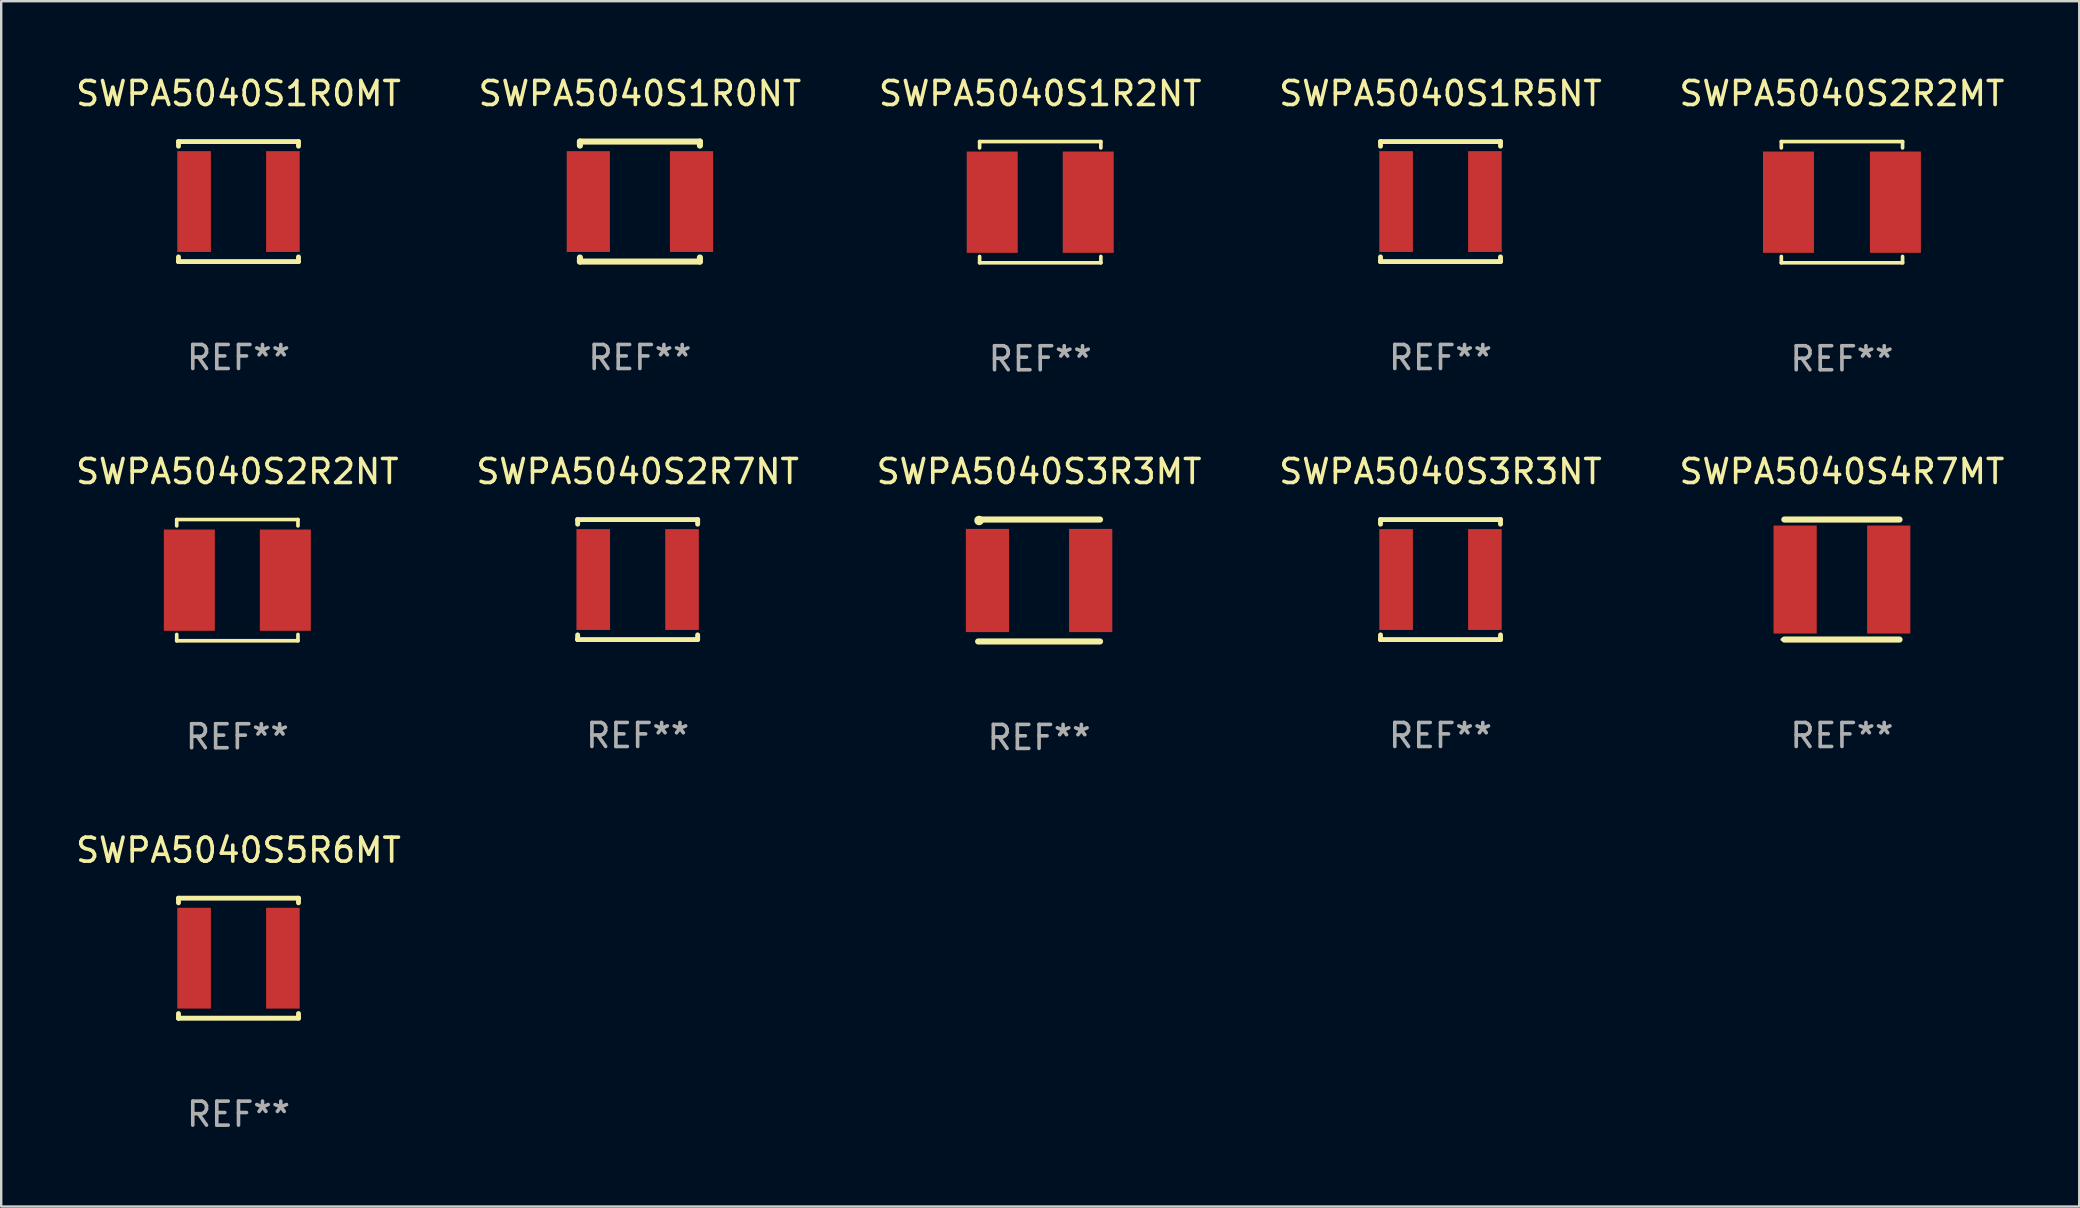
<source format=kicad_pcb>
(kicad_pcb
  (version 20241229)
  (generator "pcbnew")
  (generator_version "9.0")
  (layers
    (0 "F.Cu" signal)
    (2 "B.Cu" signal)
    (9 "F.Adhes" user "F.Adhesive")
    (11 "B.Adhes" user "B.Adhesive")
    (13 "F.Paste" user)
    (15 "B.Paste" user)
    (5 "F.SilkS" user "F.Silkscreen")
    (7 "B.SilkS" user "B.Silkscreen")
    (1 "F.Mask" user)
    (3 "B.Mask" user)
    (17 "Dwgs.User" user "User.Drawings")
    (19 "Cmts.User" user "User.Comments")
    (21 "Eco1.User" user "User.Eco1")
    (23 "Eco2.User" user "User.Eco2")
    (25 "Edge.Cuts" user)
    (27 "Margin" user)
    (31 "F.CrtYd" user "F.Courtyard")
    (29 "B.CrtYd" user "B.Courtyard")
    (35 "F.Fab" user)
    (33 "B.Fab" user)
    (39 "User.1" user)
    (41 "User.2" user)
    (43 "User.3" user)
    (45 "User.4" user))
  (footprint "SWPA5040S1R5NT"
    (layer "F.Cu")
    (at 56.97 5.348)
    (property "Reference" "SWPA5040S1R5NT" (at 0 -4.5 0) (layer "F.SilkS") (effects (font (size 1 1) (thickness 0.15))))
    (attr through_hole)
    (fp_line (start -2.5 -2.5) (end -2.5 -2.306) (stroke (width 0.203) (type solid)) (layer "F.SilkS"))
    (fp_line (start -2.5 -2.5) (end 2.5 -2.5) (stroke (width 0.203) (type solid)) (layer "F.SilkS"))
    (fp_line (start -2.5 2.306) (end -2.5 2.5) (stroke (width 0.203) (type solid)) (layer "F.SilkS"))
    (fp_line (start -2.5 2.5) (end 2.5 2.5) (stroke (width 0.203) (type solid)) (layer "F.SilkS"))
    (fp_line (start 2.5 -2.306) (end 2.5 -2.5) (stroke (width 0.203) (type solid)) (layer "F.SilkS"))
    (fp_line (start 2.5 2.5) (end 2.5 2.306) (stroke (width 0.203) (type solid)) (layer "F.SilkS"))
    (fp_circle (center -2.5 2.5) (end -2.45 2.5) (stroke (width 0.1) (type solid)) (fill no) (layer "F.SilkS"))
    (fp_text user "REF**" (at 0 6.5 0) (layer "F.Fab") (effects (font (size 1 1) (thickness 0.15))))
    (pad "1" smd rect (at -1.85 0) (size 1.4 4.2) (layers "F.Cu" "F.Mask" "F.Paste"))
    (pad "2" smd rect (at 1.85 0) (size 1.4 4.2) (layers "F.Cu" "F.Mask" "F.Paste")))
  (footprint "SWPA5040S2R7NT"
    (layer "F.Cu")
    (at 23.518 21.097)
    (property "Reference" "SWPA5040S2R7NT" (at 0 -4.5 0) (layer "F.SilkS") (effects (font (size 1 1) (thickness 0.15))))
    (attr through_hole)
    (fp_line (start -2.5 -2.5) (end -2.5 -2.306) (stroke (width 0.203) (type solid)) (layer "F.SilkS"))
    (fp_line (start -2.5 -2.5) (end 2.5 -2.5) (stroke (width 0.203) (type solid)) (layer "F.SilkS"))
    (fp_line (start -2.5 2.306) (end -2.5 2.5) (stroke (width 0.203) (type solid)) (layer "F.SilkS"))
    (fp_line (start -2.5 2.5) (end 2.5 2.5) (stroke (width 0.203) (type solid)) (layer "F.SilkS"))
    (fp_line (start 2.5 -2.306) (end 2.5 -2.5) (stroke (width 0.203) (type solid)) (layer "F.SilkS"))
    (fp_line (start 2.5 2.5) (end 2.5 2.306) (stroke (width 0.203) (type solid)) (layer "F.SilkS"))
    (fp_circle (center -2.5 2.5) (end -2.45 2.5) (stroke (width 0.1) (type solid)) (fill no) (layer "F.SilkS"))
    (fp_text user "REF**" (at 0 6.5 0) (layer "F.Fab") (effects (font (size 1 1) (thickness 0.15))))
    (pad "1" smd rect (at -1.85 0) (size 1.4 4.2) (layers "F.Cu" "F.Mask" "F.Paste"))
    (pad "2" smd rect (at 1.85 0) (size 1.4 4.2) (layers "F.Cu" "F.Mask" "F.Paste")))
  (footprint "SWPA5040S2R2NT"
    (layer "F.Cu")
    (at 6.839 21.123)
    (property "Reference" "SWPA5040S2R2NT" (at 0 -4.526 0) (layer "F.SilkS") (effects (font (size 1 1) (thickness 0.15))))
    (attr through_hole)
    (fp_line (start -2.526 -2.526) (end 2.526 -2.526) (stroke (width 0.152) (type solid)) (layer "F.SilkS"))
    (fp_line (start -2.526 -2.262) (end -2.526 -2.526) (stroke (width 0.152) (type solid)) (layer "F.SilkS"))
    (fp_line (start -2.526 2.262) (end -2.526 2.526) (stroke (width 0.152) (type solid)) (layer "F.SilkS"))
    (fp_line (start -2.526 2.526) (end 2.526 2.526) (stroke (width 0.152) (type solid)) (layer "F.SilkS"))
    (fp_line (start 2.526 -2.526) (end 2.526 -2.262) (stroke (width 0.152) (type solid)) (layer "F.SilkS"))
    (fp_line (start 2.526 2.526) (end 2.526 2.262) (stroke (width 0.152) (type solid)) (layer "F.SilkS"))
    (fp_circle (center 2.5 -2.5) (end 2.53 -2.5) (stroke (width 0.06) (type solid)) (fill no) (layer "F.SilkS"))
    (fp_text user "REF**" (at 0 6.526 0) (layer "F.Fab") (effects (font (size 1 1) (thickness 0.15))))
    (pad "1" smd rect (at 2 0) (size 2.124 4.22) (layers "F.Cu" "F.Mask" "F.Paste"))
    (pad "2" smd rect (at -2 0) (size 2.124 4.22) (layers "F.Cu" "F.Mask" "F.Paste")))
  (footprint "SWPA5040S1R0NT"
    (layer "F.Cu")
    (at 23.613 5.348)
    (property "Reference" "SWPA5040S1R0NT" (at 0 -4.5 0) (layer "F.SilkS") (effects (font (size 1 1) (thickness 0.15))))
    (attr through_hole)
    (fp_line (start -2.5 -2.5) (end -2.5 -2.331) (stroke (width 0.254) (type solid)) (layer "F.SilkS"))
    (fp_line (start -2.5 -2.5) (end 2.5 -2.5) (stroke (width 0.254) (type solid)) (layer "F.SilkS"))
    (fp_line (start -2.5 2.331) (end -2.5 2.5) (stroke (width 0.254) (type solid)) (layer "F.SilkS"))
    (fp_line (start -2.5 2.5) (end 2.5 2.5) (stroke (width 0.254) (type solid)) (layer "F.SilkS"))
    (fp_line (start 2.5 -2.331) (end 2.5 -2.5) (stroke (width 0.254) (type solid)) (layer "F.SilkS"))
    (fp_line (start 2.5 2.5) (end 2.5 2.331) (stroke (width 0.254) (type solid)) (layer "F.SilkS"))
    (fp_circle (center -2.5 2.5) (end -2.47 2.5) (stroke (width 0.06) (type solid)) (fill no) (layer "F.SilkS"))
    (fp_text user "REF**" (at 0 6.5 0) (layer "F.Fab") (effects (font (size 1 1) (thickness 0.15))))
    (pad "1" smd rect (at -2.15 0) (size 1.8 4.2) (layers "F.Cu" "F.Mask" "F.Paste"))
    (pad "2" smd rect (at 2.15 0) (size 1.8 4.2) (layers "F.Cu" "F.Mask" "F.Paste")))
  (footprint "SWPA5040S3R3NT"
    (layer "F.Cu")
    (at 56.97 21.097)
    (property "Reference" "SWPA5040S3R3NT" (at 0 -4.5 0) (layer "F.SilkS") (effects (font (size 1 1) (thickness 0.15))))
    (attr through_hole)
    (fp_line (start -2.5 -2.5) (end -2.5 -2.306) (stroke (width 0.203) (type solid)) (layer "F.SilkS"))
    (fp_line (start -2.5 -2.5) (end 2.5 -2.5) (stroke (width 0.203) (type solid)) (layer "F.SilkS"))
    (fp_line (start -2.5 2.306) (end -2.5 2.5) (stroke (width 0.203) (type solid)) (layer "F.SilkS"))
    (fp_line (start -2.5 2.5) (end 2.5 2.5) (stroke (width 0.203) (type solid)) (layer "F.SilkS"))
    (fp_line (start 2.5 -2.306) (end 2.5 -2.5) (stroke (width 0.203) (type solid)) (layer "F.SilkS"))
    (fp_line (start 2.5 2.5) (end 2.5 2.306) (stroke (width 0.203) (type solid)) (layer "F.SilkS"))
    (fp_circle (center -2.5 2.5) (end -2.45 2.5) (stroke (width 0.1) (type solid)) (fill no) (layer "F.SilkS"))
    (fp_text user "REF**" (at 0 6.5 0) (layer "F.Fab") (effects (font (size 1 1) (thickness 0.15))))
    (pad "1" smd rect (at -1.85 0) (size 1.4 4.2) (layers "F.Cu" "F.Mask" "F.Paste"))
    (pad "2" smd rect (at 1.85 0) (size 1.4 4.2) (layers "F.Cu" "F.Mask" "F.Paste")))
  (footprint "SWPA5040S4R7MT"
    (layer "F.Cu")
    (at 73.696 21.097)
    (property "Reference" "SWPA5040S4R7MT" (at 0 -4.5 0) (layer "F.SilkS") (effects (font (size 1 1) (thickness 0.15))))
    (attr through_hole)
    (fp_line (start -2.4 -2.5) (end 2.4 -2.5) (stroke (width 0.254) (type solid)) (layer "F.SilkS"))
    (fp_line (start -2.4 2.5) (end 2.4 2.5) (stroke (width 0.254) (type solid)) (layer "F.SilkS"))
    (fp_circle (center -2.505 2.5) (end -2.475 2.5) (stroke (width 0.06) (type solid)) (fill no) (layer "F.SilkS"))
    (fp_text user "REF**" (at 0 6.5 0) (layer "F.Fab") (effects (font (size 1 1) (thickness 0.15))))
    (pad "1" smd rect (at -1.95 0) (size 1.8 4.5) (layers "F.Cu" "F.Mask" "F.Paste"))
    (pad "2" smd rect (at 1.95 0) (size 1.8 4.5) (layers "F.Cu" "F.Mask" "F.Paste")))
  (footprint "SWPA5040S5R6MT"
    (layer "F.Cu")
    (at 6.887 36.874)
    (property "Reference" "SWPA5040S5R6MT" (at 0 -4.5 0) (layer "F.SilkS") (effects (font (size 1 1) (thickness 0.15))))
    (attr through_hole)
    (fp_line (start -2.5 -2.5) (end -2.5 -2.306) (stroke (width 0.203) (type solid)) (layer "F.SilkS"))
    (fp_line (start -2.5 -2.5) (end 2.5 -2.5) (stroke (width 0.203) (type solid)) (layer "F.SilkS"))
    (fp_line (start -2.5 2.306) (end -2.5 2.5) (stroke (width 0.203) (type solid)) (layer "F.SilkS"))
    (fp_line (start -2.5 2.5) (end 2.5 2.5) (stroke (width 0.203) (type solid)) (layer "F.SilkS"))
    (fp_line (start 2.5 -2.306) (end 2.5 -2.5) (stroke (width 0.203) (type solid)) (layer "F.SilkS"))
    (fp_line (start 2.5 2.5) (end 2.5 2.306) (stroke (width 0.203) (type solid)) (layer "F.SilkS"))
    (fp_circle (center -2.5 2.5) (end -2.45 2.5) (stroke (width 0.1) (type solid)) (fill no) (layer "F.SilkS"))
    (fp_text user "REF**" (at 0 6.5 0) (layer "F.Fab") (effects (font (size 1 1) (thickness 0.15))))
    (pad "1" smd rect (at -1.85 0) (size 1.4 4.2) (layers "F.Cu" "F.Mask" "F.Paste"))
    (pad "2" smd rect (at 1.85 0) (size 1.4 4.2) (layers "F.Cu" "F.Mask" "F.Paste")))
  (footprint "SWPA5040S1R0MT"
    (layer "F.Cu")
    (at 6.887 5.348)
    (property "Reference" "SWPA5040S1R0MT" (at 0 -4.5 0) (layer "F.SilkS") (effects (font (size 1 1) (thickness 0.15))))
    (attr through_hole)
    (fp_line (start -2.5 -2.5) (end -2.5 -2.306) (stroke (width 0.203) (type solid)) (layer "F.SilkS"))
    (fp_line (start -2.5 -2.5) (end 2.5 -2.5) (stroke (width 0.203) (type solid)) (layer "F.SilkS"))
    (fp_line (start -2.5 2.306) (end -2.5 2.5) (stroke (width 0.203) (type solid)) (layer "F.SilkS"))
    (fp_line (start -2.5 2.5) (end 2.5 2.5) (stroke (width 0.203) (type solid)) (layer "F.SilkS"))
    (fp_line (start 2.5 -2.306) (end 2.5 -2.5) (stroke (width 0.203) (type solid)) (layer "F.SilkS"))
    (fp_line (start 2.5 2.5) (end 2.5 2.306) (stroke (width 0.203) (type solid)) (layer "F.SilkS"))
    (fp_circle (center -2.5 2.5) (end -2.45 2.5) (stroke (width 0.1) (type solid)) (fill no) (layer "F.SilkS"))
    (fp_text user "REF**" (at 0 6.5 0) (layer "F.Fab") (effects (font (size 1 1) (thickness 0.15))))
    (pad "1" smd rect (at -1.85 0) (size 1.4 4.2) (layers "F.Cu" "F.Mask" "F.Paste"))
    (pad "2" smd rect (at 1.85 0) (size 1.4 4.2) (layers "F.Cu" "F.Mask" "F.Paste")))
  (footprint "SWPA5040S3R3MT"
    (layer "F.Cu")
    (at 40.244 21.137)
    (property "Reference" "SWPA5040S3R3MT" (at 0 -4.54 0) (layer "F.SilkS") (effects (font (size 1 1) (thickness 0.15))))
    (attr through_hole)
    (fp_line (start -2.54 -2.54) (end 2.54 -2.54) (stroke (width 0.254) (type solid)) (layer "F.SilkS"))
    (fp_line (start 2.54 2.54) (end -2.54 2.54) (stroke (width 0.254) (type solid)) (layer "F.SilkS"))
    (fp_circle (center -2.5 -2.5) (end -2.4 -2.5) (stroke (width 0.2) (type solid)) (fill no) (layer "F.SilkS"))
    (fp_text user "REF**" (at 0 6.54 0) (layer "F.Fab") (effects (font (size 1 1) (thickness 0.15))))
    (pad "1" smd rect (at -2.15 0) (size 1.801 4.3) (layers "F.Cu" "F.Mask" "F.Paste"))
    (pad "2" smd rect (at 2.15 0) (size 1.801 4.3) (layers "F.Cu" "F.Mask" "F.Paste")))
  (footprint "SWPA5040S2R2MT"
    (layer "F.Cu")
    (at 73.696 5.374)
    (property "Reference" "SWPA5040S2R2MT" (at 0 -4.526 0) (layer "F.SilkS") (effects (font (size 1 1) (thickness 0.15))))
    (attr through_hole)
    (fp_line (start -2.526 -2.526) (end 2.526 -2.526) (stroke (width 0.152) (type solid)) (layer "F.SilkS"))
    (fp_line (start -2.526 -2.262) (end -2.526 -2.526) (stroke (width 0.152) (type solid)) (layer "F.SilkS"))
    (fp_line (start -2.526 2.262) (end -2.526 2.526) (stroke (width 0.152) (type solid)) (layer "F.SilkS"))
    (fp_line (start -2.526 2.526) (end 2.526 2.526) (stroke (width 0.152) (type solid)) (layer "F.SilkS"))
    (fp_line (start 2.526 -2.526) (end 2.526 -2.262) (stroke (width 0.152) (type solid)) (layer "F.SilkS"))
    (fp_line (start 2.526 2.526) (end 2.526 2.262) (stroke (width 0.152) (type solid)) (layer "F.SilkS"))
    (fp_circle (center 2.5 -2.5) (end 2.53 -2.5) (stroke (width 0.06) (type solid)) (fill no) (layer "F.SilkS"))
    (fp_text user "REF**" (at 0 6.526 0) (layer "F.Fab") (effects (font (size 1 1) (thickness 0.15))))
    (pad "1" smd rect (at 2.228 0) (size 2.124 4.22) (layers "F.Cu" "F.Mask" "F.Paste"))
    (pad "2" smd rect (at -2.228 0) (size 2.124 4.22) (layers "F.Cu" "F.Mask" "F.Paste")))
  (footprint "SWPA5040S1R2NT"
    (layer "F.Cu")
    (at 40.292 5.374)
    (property "Reference" "SWPA5040S1R2NT" (at 0 -4.526 0) (layer "F.SilkS") (effects (font (size 1 1) (thickness 0.15))))
    (attr through_hole)
    (fp_line (start -2.526 -2.526) (end 2.526 -2.526) (stroke (width 0.152) (type solid)) (layer "F.SilkS"))
    (fp_line (start -2.526 -2.262) (end -2.526 -2.526) (stroke (width 0.152) (type solid)) (layer "F.SilkS"))
    (fp_line (start -2.526 2.262) (end -2.526 2.526) (stroke (width 0.152) (type solid)) (layer "F.SilkS"))
    (fp_line (start -2.526 2.526) (end 2.526 2.526) (stroke (width 0.152) (type solid)) (layer "F.SilkS"))
    (fp_line (start 2.526 -2.526) (end 2.526 -2.262) (stroke (width 0.152) (type solid)) (layer "F.SilkS"))
    (fp_line (start 2.526 2.526) (end 2.526 2.262) (stroke (width 0.152) (type solid)) (layer "F.SilkS"))
    (fp_circle (center 2.5 -2.5) (end 2.53 -2.5) (stroke (width 0.06) (type solid)) (fill no) (layer "F.SilkS"))
    (fp_text user "REF**" (at 0 6.526 0) (layer "F.Fab") (effects (font (size 1 1) (thickness 0.15))))
    (pad "1" smd rect (at 2 0) (size 2.124 4.22) (layers "F.Cu" "F.Mask" "F.Paste"))
    (pad "2" smd rect (at -2 0) (size 2.124 4.22) (layers "F.Cu" "F.Mask" "F.Paste")))
  (gr_rect
    (start -3 -3)
    (end 83.583 47.222)
    (stroke (width 0.1) (type default))
    (fill no)
    (layer "Edge.Cuts")))
</source>
